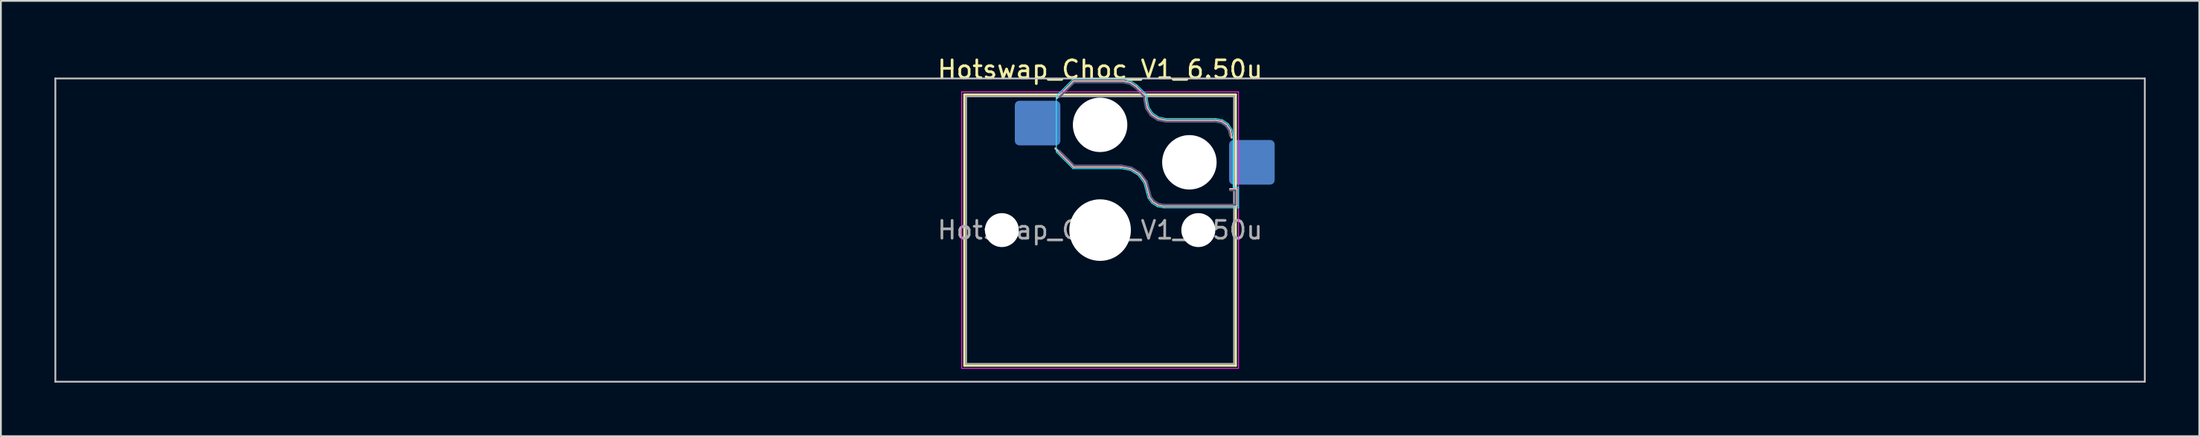
<source format=kicad_pcb>
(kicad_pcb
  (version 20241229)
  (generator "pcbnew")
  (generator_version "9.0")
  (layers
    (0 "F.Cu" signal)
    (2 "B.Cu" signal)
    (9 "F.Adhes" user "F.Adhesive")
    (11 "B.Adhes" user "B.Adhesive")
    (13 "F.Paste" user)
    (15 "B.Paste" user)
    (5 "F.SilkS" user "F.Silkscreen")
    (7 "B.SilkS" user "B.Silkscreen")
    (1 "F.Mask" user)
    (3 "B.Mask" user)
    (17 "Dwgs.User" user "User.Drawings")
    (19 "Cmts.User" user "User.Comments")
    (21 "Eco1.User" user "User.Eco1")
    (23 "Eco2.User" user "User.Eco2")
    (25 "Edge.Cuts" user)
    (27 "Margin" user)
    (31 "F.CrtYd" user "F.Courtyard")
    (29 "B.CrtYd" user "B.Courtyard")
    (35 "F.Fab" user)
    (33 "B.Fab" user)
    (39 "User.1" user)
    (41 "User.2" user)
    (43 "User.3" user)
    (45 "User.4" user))
  (footprint "Hotswap_Choc_V1_6.50u"
    (layer "F.Cu")
    (at 58.55 9.848)
    (property "Reference" "Hotswap_Choc_V1_6.50u" (at 0 -9 0) (layer "F.SilkS") (effects (font (size 1 1) (thickness 0.15))))
    (attr smd)
    (fp_line (start -7.6 -7.6) (end -7.6 7.6) (stroke (width 0.12) (type solid)) (layer "F.SilkS"))
    (fp_line (start -7.6 7.6) (end 7.6 7.6) (stroke (width 0.12) (type solid)) (layer "F.SilkS"))
    (fp_line (start 7.6 -7.6) (end -7.6 -7.6) (stroke (width 0.12) (type solid)) (layer "F.SilkS"))
    (fp_line (start 7.6 7.6) (end 7.6 -7.6) (stroke (width 0.12) (type solid)) (layer "F.SilkS"))
    (fp_line (start -2.416 -7.409) (end -1.479 -8.346) (stroke (width 0.12) (type solid)) (layer "B.SilkS"))
    (fp_line (start -1.479 -8.346) (end 1.268 -8.346) (stroke (width 0.12) (type solid)) (layer "B.SilkS"))
    (fp_line (start -1.479 -3.554) (end -2.5 -4.575) (stroke (width 0.12) (type solid)) (layer "B.SilkS"))
    (fp_line (start 1.168 -3.554) (end -1.479 -3.554) (stroke (width 0.12) (type solid)) (layer "B.SilkS"))
    (fp_line (start 1.268 -8.346) (end 1.671 -8.266) (stroke (width 0.12) (type solid)) (layer "B.SilkS"))
    (fp_line (start 1.671 -8.266) (end 2.013 -8.037) (stroke (width 0.12) (type solid)) (layer "B.SilkS"))
    (fp_line (start 1.73 -3.449) (end 1.168 -3.554) (stroke (width 0.12) (type solid)) (layer "B.SilkS"))
    (fp_line (start 2.013 -8.037) (end 2.546 -7.504) (stroke (width 0.12) (type solid)) (layer "B.SilkS"))
    (fp_line (start 2.209 -3.15) (end 1.73 -3.449) (stroke (width 0.12) (type solid)) (layer "B.SilkS"))
    (fp_line (start 2.546 -7.504) (end 2.546 -7.282) (stroke (width 0.12) (type solid)) (layer "B.SilkS"))
    (fp_line (start 2.546 -7.282) (end 2.633 -6.844) (stroke (width 0.12) (type solid)) (layer "B.SilkS"))
    (fp_line (start 2.547 -2.697) (end 2.209 -3.15) (stroke (width 0.12) (type solid)) (layer "B.SilkS"))
    (fp_line (start 2.633 -6.844) (end 2.877 -6.477) (stroke (width 0.12) (type solid)) (layer "B.SilkS"))
    (fp_line (start 2.701 -2.139) (end 2.547 -2.697) (stroke (width 0.12) (type solid)) (layer "B.SilkS"))
    (fp_line (start 2.783 -1.841) (end 2.701 -2.139) (stroke (width 0.12) (type solid)) (layer "B.SilkS"))
    (fp_line (start 2.877 -6.477) (end 3.244 -6.233) (stroke (width 0.12) (type solid)) (layer "B.SilkS"))
    (fp_line (start 2.976 -1.583) (end 2.783 -1.841) (stroke (width 0.12) (type solid)) (layer "B.SilkS"))
    (fp_line (start 3.244 -6.233) (end 3.682 -6.146) (stroke (width 0.12) (type solid)) (layer "B.SilkS"))
    (fp_line (start 3.25 -1.413) (end 2.976 -1.583) (stroke (width 0.12) (type solid)) (layer "B.SilkS"))
    (fp_line (start 3.56 -1.354) (end 3.25 -1.413) (stroke (width 0.12) (type solid)) (layer "B.SilkS"))
    (fp_line (start 3.682 -6.146) (end 6.482 -6.146) (stroke (width 0.12) (type solid)) (layer "B.SilkS"))
    (fp_line (start 6.482 -6.146) (end 6.809 -6.081) (stroke (width 0.12) (type solid)) (layer "B.SilkS"))
    (fp_line (start 6.809 -6.081) (end 7.092 -5.892) (stroke (width 0.12) (type solid)) (layer "B.SilkS"))
    (fp_line (start 7.092 -5.892) (end 7.281 -5.609) (stroke (width 0.12) (type solid)) (layer "B.SilkS"))
    (fp_line (start 7.281 -5.609) (end 7.366 -5.182) (stroke (width 0.12) (type solid)) (layer "B.SilkS"))
    (fp_line (start 7.283 -2.296) (end 7.646 -2.296) (stroke (width 0.12) (type solid)) (layer "B.SilkS"))
    (fp_line (start 7.646 -2.296) (end 7.646 -1.354) (stroke (width 0.12) (type solid)) (layer "B.SilkS"))
    (fp_line (start 7.646 -1.354) (end 3.56 -1.354) (stroke (width 0.12) (type solid)) (layer "B.SilkS"))
    (fp_line (start -58.5 -8.5) (end -58.5 8.5) (stroke (width 0.1) (type solid)) (layer "Dwgs.User"))
    (fp_line (start -58.5 8.5) (end 58.5 8.5) (stroke (width 0.1) (type solid)) (layer "Dwgs.User"))
    (fp_line (start 58.5 -8.5) (end -58.5 -8.5) (stroke (width 0.1) (type solid)) (layer "Dwgs.User"))
    (fp_line (start 58.5 8.5) (end 58.5 -8.5) (stroke (width 0.1) (type solid)) (layer "Dwgs.User"))
    (fp_line (start -7.25 -7.25) (end -7.25 7.25) (stroke (width 0.1) (type solid)) (layer "Eco1.User"))
    (fp_line (start -7.25 7.25) (end 7.25 7.25) (stroke (width 0.1) (type solid)) (layer "Eco1.User"))
    (fp_line (start 7.25 -7.25) (end -7.25 -7.25) (stroke (width 0.1) (type solid)) (layer "Eco1.User"))
    (fp_line (start 7.25 7.25) (end 7.25 -7.25) (stroke (width 0.1) (type solid)) (layer "Eco1.User"))
    (fp_line (start -2.452 -7.523) (end -1.523 -8.452) (stroke (width 0.05) (type solid)) (layer "B.CrtYd"))
    (fp_line (start -2.452 -4.377) (end -2.452 -7.523) (stroke (width 0.05) (type solid)) (layer "B.CrtYd"))
    (fp_line (start -1.523 -8.452) (end 1.278 -8.452) (stroke (width 0.05) (type solid)) (layer "B.CrtYd"))
    (fp_line (start -1.523 -3.448) (end -2.452 -4.377) (stroke (width 0.05) (type solid)) (layer "B.CrtYd"))
    (fp_line (start 1.159 -3.448) (end -1.523 -3.448) (stroke (width 0.05) (type solid)) (layer "B.CrtYd"))
    (fp_line (start 1.278 -8.452) (end 1.712 -8.366) (stroke (width 0.05) (type solid)) (layer "B.CrtYd"))
    (fp_line (start 1.691 -3.348) (end 1.159 -3.448) (stroke (width 0.05) (type solid)) (layer "B.CrtYd"))
    (fp_line (start 1.712 -8.366) (end 2.081 -8.119) (stroke (width 0.05) (type solid)) (layer "B.CrtYd"))
    (fp_line (start 2.081 -8.119) (end 2.652 -7.548) (stroke (width 0.05) (type solid)) (layer "B.CrtYd"))
    (fp_line (start 2.136 -3.071) (end 1.691 -3.348) (stroke (width 0.05) (type solid)) (layer "B.CrtYd"))
    (fp_line (start 2.45 -2.65) (end 2.136 -3.071) (stroke (width 0.05) (type solid)) (layer "B.CrtYd"))
    (fp_line (start 2.599 -2.111) (end 2.45 -2.65) (stroke (width 0.05) (type solid)) (layer "B.CrtYd"))
    (fp_line (start 2.652 -7.548) (end 2.652 -7.292) (stroke (width 0.05) (type solid)) (layer "B.CrtYd"))
    (fp_line (start 2.652 -7.292) (end 2.733 -6.885) (stroke (width 0.05) (type solid)) (layer "B.CrtYd"))
    (fp_line (start 2.687 -1.794) (end 2.599 -2.111) (stroke (width 0.05) (type solid)) (layer "B.CrtYd"))
    (fp_line (start 2.733 -6.885) (end 2.953 -6.553) (stroke (width 0.05) (type solid)) (layer "B.CrtYd"))
    (fp_line (start 2.903 -1.503) (end 2.687 -1.794) (stroke (width 0.05) (type solid)) (layer "B.CrtYd"))
    (fp_line (start 2.953 -6.553) (end 3.285 -6.333) (stroke (width 0.05) (type solid)) (layer "B.CrtYd"))
    (fp_line (start 3.211 -1.312) (end 2.903 -1.503) (stroke (width 0.05) (type solid)) (layer "B.CrtYd"))
    (fp_line (start 3.285 -6.333) (end 3.692 -6.252) (stroke (width 0.05) (type solid)) (layer "B.CrtYd"))
    (fp_line (start 3.55 -1.248) (end 3.211 -1.312) (stroke (width 0.05) (type solid)) (layer "B.CrtYd"))
    (fp_line (start 3.692 -6.252) (end 6.492 -6.252) (stroke (width 0.05) (type solid)) (layer "B.CrtYd"))
    (fp_line (start 6.492 -6.252) (end 6.85 -6.181) (stroke (width 0.05) (type solid)) (layer "B.CrtYd"))
    (fp_line (start 6.85 -6.181) (end 7.168 -5.968) (stroke (width 0.05) (type solid)) (layer "B.CrtYd"))
    (fp_line (start 7.168 -5.968) (end 7.381 -5.65) (stroke (width 0.05) (type solid)) (layer "B.CrtYd"))
    (fp_line (start 7.381 -5.65) (end 7.452 -5.292) (stroke (width 0.05) (type solid)) (layer "B.CrtYd"))
    (fp_line (start 7.452 -5.292) (end 7.452 -2.402) (stroke (width 0.05) (type solid)) (layer "B.CrtYd"))
    (fp_line (start 7.452 -2.402) (end 7.752 -2.402) (stroke (width 0.05) (type solid)) (layer "B.CrtYd"))
    (fp_line (start 7.752 -2.402) (end 7.752 -1.248) (stroke (width 0.05) (type solid)) (layer "B.CrtYd"))
    (fp_line (start 7.752 -1.248) (end 3.55 -1.248) (stroke (width 0.05) (type solid)) (layer "B.CrtYd"))
    (fp_line (start -7.75 -7.75) (end -7.75 7.75) (stroke (width 0.05) (type solid)) (layer "F.CrtYd"))
    (fp_line (start -7.75 7.75) (end 7.75 7.75) (stroke (width 0.05) (type solid)) (layer "F.CrtYd"))
    (fp_line (start 7.75 -7.75) (end -7.75 -7.75) (stroke (width 0.05) (type solid)) (layer "F.CrtYd"))
    (fp_line (start 7.75 7.75) (end 7.75 -7.75) (stroke (width 0.05) (type solid)) (layer "F.CrtYd"))
    (fp_line (start -2.275 -7.45) (end -1.45 -8.275) (stroke (width 0.1) (type solid)) (layer "B.Fab"))
    (fp_line (start -1.45 -8.275) (end 1.261 -8.275) (stroke (width 0.1) (type solid)) (layer "B.Fab"))
    (fp_line (start -1.45 -3.625) (end -2.275 -4.45) (stroke (width 0.1) (type solid)) (layer "B.Fab"))
    (fp_line (start 1.175 -3.625) (end -1.45 -3.625) (stroke (width 0.1) (type solid)) (layer "B.Fab"))
    (fp_line (start 1.261 -8.275) (end 1.643 -8.199) (stroke (width 0.1) (type solid)) (layer "B.Fab"))
    (fp_line (start 1.643 -8.199) (end 1.968 -7.982) (stroke (width 0.1) (type solid)) (layer "B.Fab"))
    (fp_line (start 1.756 -3.516) (end 1.175 -3.625) (stroke (width 0.1) (type solid)) (layer "B.Fab"))
    (fp_line (start 1.968 -7.982) (end 2.475 -7.475) (stroke (width 0.1) (type solid)) (layer "B.Fab"))
    (fp_line (start 2.258 -3.203) (end 1.756 -3.516) (stroke (width 0.1) (type solid)) (layer "B.Fab"))
    (fp_line (start 2.475 -7.475) (end 2.475 -7.275) (stroke (width 0.1) (type solid)) (layer "B.Fab"))
    (fp_line (start 2.475 -7.275) (end 2.566 -6.816) (stroke (width 0.1) (type solid)) (layer "B.Fab"))
    (fp_line (start 2.566 -6.816) (end 2.826 -6.426) (stroke (width 0.1) (type solid)) (layer "B.Fab"))
    (fp_line (start 2.612 -2.729) (end 2.258 -3.203) (stroke (width 0.1) (type solid)) (layer "B.Fab"))
    (fp_line (start 2.769 -2.158) (end 2.612 -2.729) (stroke (width 0.1) (type solid)) (layer "B.Fab"))
    (fp_line (start 2.826 -6.426) (end 3.216 -6.166) (stroke (width 0.1) (type solid)) (layer "B.Fab"))
    (fp_line (start 2.848 -1.873) (end 2.769 -2.158) (stroke (width 0.1) (type solid)) (layer "B.Fab"))
    (fp_line (start 3.025 -1.636) (end 2.848 -1.873) (stroke (width 0.1) (type solid)) (layer "B.Fab"))
    (fp_line (start 3.216 -6.166) (end 3.675 -6.075) (stroke (width 0.1) (type solid)) (layer "B.Fab"))
    (fp_line (start 3.276 -1.48) (end 3.025 -1.636) (stroke (width 0.1) (type solid)) (layer "B.Fab"))
    (fp_line (start 3.567 -1.425) (end 3.276 -1.48) (stroke (width 0.1) (type solid)) (layer "B.Fab"))
    (fp_line (start 3.675 -6.075) (end 6.475 -6.075) (stroke (width 0.1) (type solid)) (layer "B.Fab"))
    (fp_line (start 6.475 -6.075) (end 6.781 -6.014) (stroke (width 0.1) (type solid)) (layer "B.Fab"))
    (fp_line (start 6.781 -6.014) (end 7.041 -5.841) (stroke (width 0.1) (type solid)) (layer "B.Fab"))
    (fp_line (start 7.041 -5.841) (end 7.214 -5.581) (stroke (width 0.1) (type solid)) (layer "B.Fab"))
    (fp_line (start 7.214 -5.581) (end 7.275 -5.275) (stroke (width 0.1) (type solid)) (layer "B.Fab"))
    (fp_line (start 7.275 -2.225) (end 7.575 -2.225) (stroke (width 0.1) (type solid)) (layer "B.Fab"))
    (fp_line (start 7.575 -2.225) (end 7.575 -1.425) (stroke (width 0.1) (type solid)) (layer "B.Fab"))
    (fp_line (start 7.575 -1.425) (end 3.567 -1.425) (stroke (width 0.1) (type solid)) (layer "B.Fab"))
    (fp_line (start -7.5 -7.5) (end -7.5 7.5) (stroke (width 0.1) (type solid)) (layer "F.Fab"))
    (fp_line (start -7.5 7.5) (end 7.5 7.5) (stroke (width 0.1) (type solid)) (layer "F.Fab"))
    (fp_line (start 7.5 -7.5) (end -7.5 -7.5) (stroke (width 0.1) (type solid)) (layer "F.Fab"))
    (fp_line (start 7.5 7.5) (end 7.5 -7.5) (stroke (width 0.1) (type solid)) (layer "F.Fab"))
    (fp_text user "${REFERENCE}" (at 0 0 0) (layer "F.Fab") (effects (font (size 1 1) (thickness 0.15))))
    (pad "" np_thru_hole circle (at -5.5 0) (size 1.9 1.9) (drill 1.9) (layers "*.Cu" "*.Mask"))
    (pad "" np_thru_hole circle (at 0 -5.9) (size 3.05 3.05) (drill 3.05) (layers "*.Cu" "*.Mask"))
    (pad "" np_thru_hole circle (at 0 0) (size 3.45 3.45) (drill 3.45) (layers "*.Cu" "*.Mask"))
    (pad "" np_thru_hole circle (at 5 -3.8) (size 3.05 3.05) (drill 3.05) (layers "*.Cu" "*.Mask"))
    (pad "" np_thru_hole circle (at 5.5 0) (size 1.9 1.9) (drill 1.9) (layers "*.Cu" "*.Mask"))
    (pad "1" smd roundrect (at -3.5 -6) (size 2.55 2.5) (layers "B.Cu" "B.Mask" "B.Paste") (roundrect_rratio 0.1))
    (pad "2" smd roundrect (at 8.5 -3.8) (size 2.55 2.5) (layers "B.Cu" "B.Mask" "B.Paste") (roundrect_rratio 0.1)))
  (gr_rect
    (start -3 -3)
    (end 120.1 21.398)
    (stroke (width 0.1) (type default))
    (fill no)
    (layer "Edge.Cuts")))
</source>
